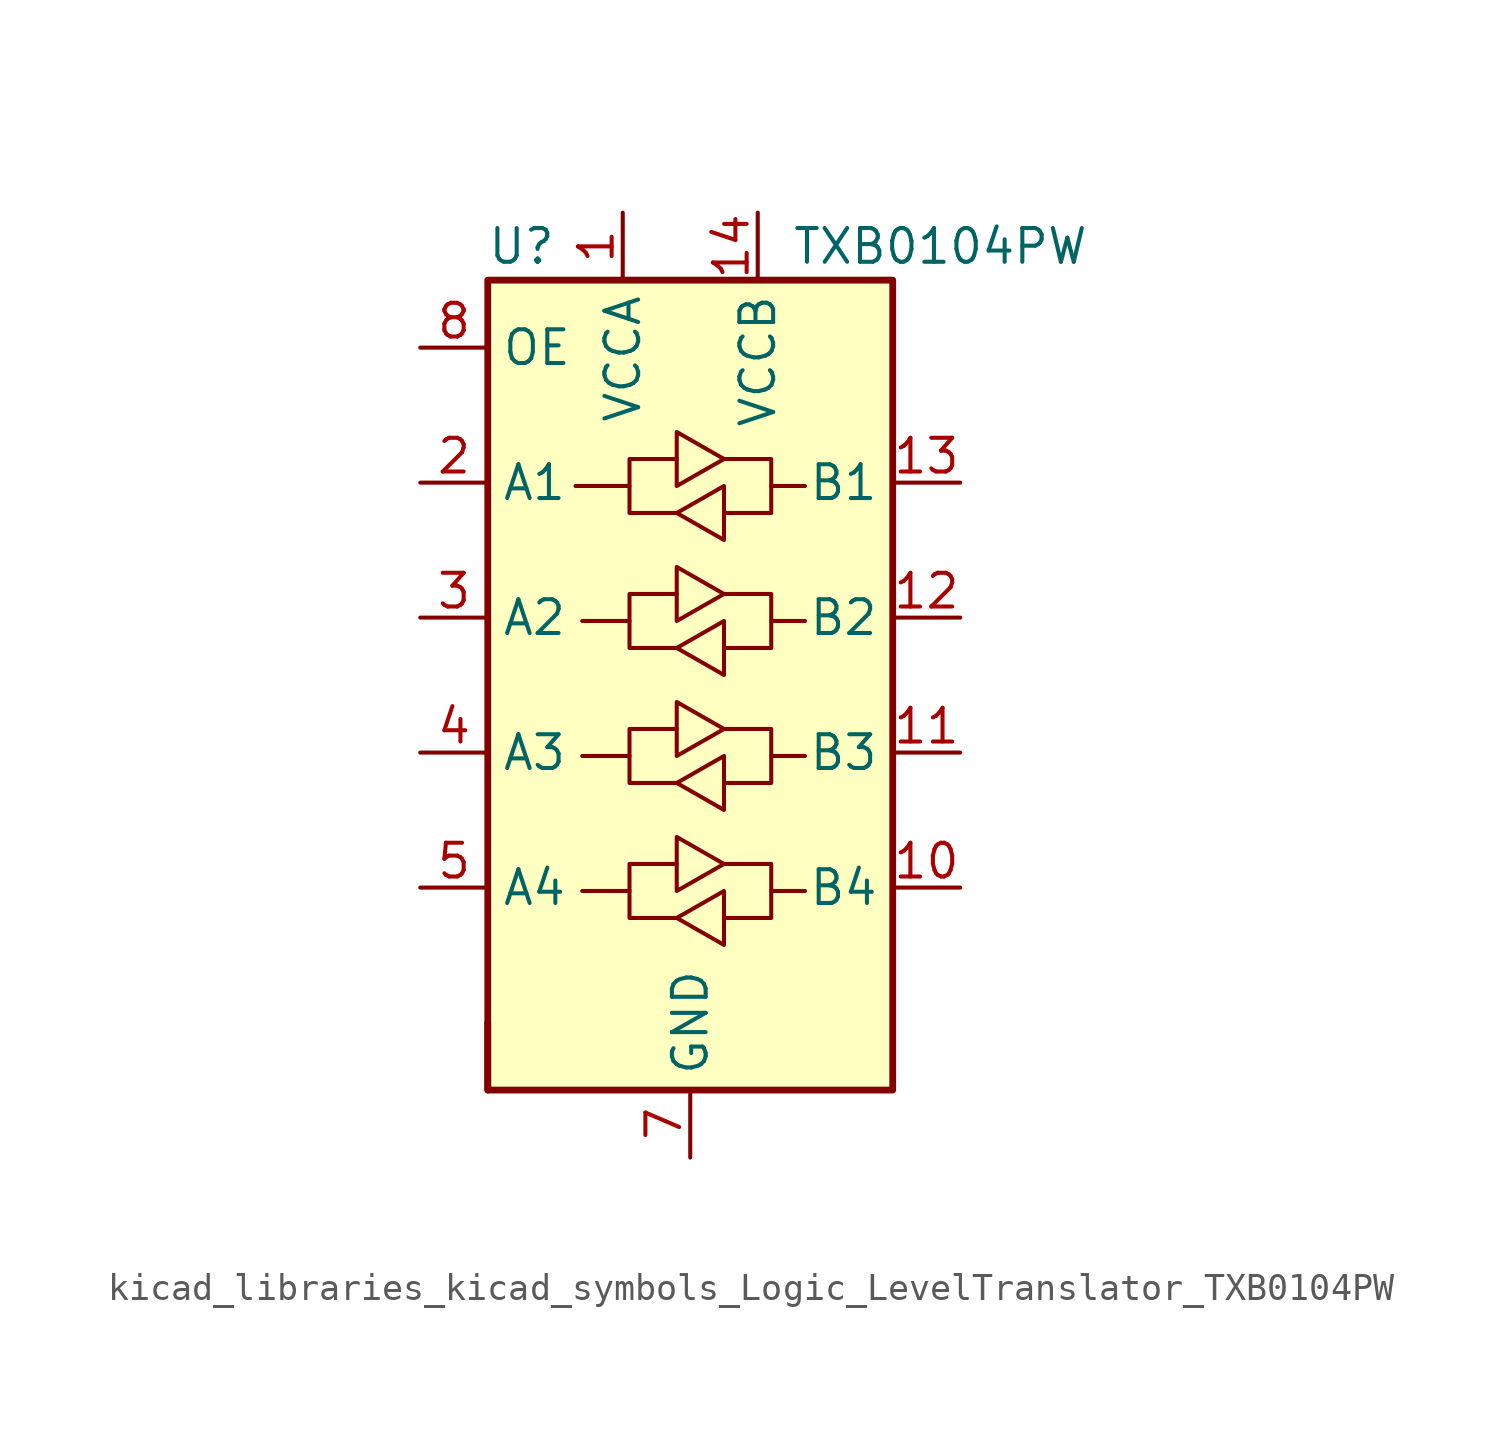
<source format=kicad_sym>
(kicad_symbol_lib
  (version 20220914)
  (generator kicad_symbol_editor)
  (symbol "kicad_libraries_kicad_symbols_Logic_LevelTranslator_TXB0104PW"
    (property "Reference" "U"
      (at -6.35 16.51 0)
      (effects (font (size 1.27 1.27))))
    (property "Value" "TXB0104PW"
      (at 3.81 16.51 0)
      (effects (font (size 1.27 1.27)) (justify left)))
    (symbol "kicad_libraries_kicad_symbols_Logic_LevelTranslator_TXB0104PW_0_1"
      (rectangle (start -7.62 -15.24) (end -7.62 -12.7) (stroke (width 0.254) (type default)) (fill (type none)))
      (rectangle (start -7.62 15.24) (end 7.62 -15.24) (stroke (width 0.254) (type default)) (fill (type background)))
      (polyline (pts (xy -2.286 -7.747) (xy -2.286 -6.731) (xy -0.508 -6.731)) (stroke (width 0) (type default)) (fill (type none)))
      (polyline (pts (xy -2.286 -2.667) (xy -2.286 -1.651) (xy -0.508 -1.651)) (stroke (width 0) (type default)) (fill (type none)))
      (polyline (pts (xy -2.286 2.413) (xy -2.286 3.429) (xy -0.508 3.429)) (stroke (width 0) (type default)) (fill (type none)))
      (polyline (pts (xy -2.286 7.493) (xy -2.286 8.509) (xy -0.508 8.509)) (stroke (width 0) (type default)) (fill (type none)))
      (polyline (pts (xy 3.048 -7.747) (xy 3.048 -8.763) (xy 1.27 -8.763)) (stroke (width 0) (type default)) (fill (type none)))
      (polyline (pts (xy 3.048 -2.667) (xy 3.048 -3.683) (xy 1.27 -3.683)) (stroke (width 0) (type default)) (fill (type none)))
      (polyline (pts (xy 3.048 2.413) (xy 3.048 1.397) (xy 1.27 1.397)) (stroke (width 0) (type default)) (fill (type none)))
      (polyline (pts (xy 3.048 7.493) (xy 3.048 6.477) (xy 1.27 6.477)) (stroke (width 0) (type default)) (fill (type none)))
      (polyline (pts (xy -0.508 -8.763) (xy -2.286 -8.763) (xy -2.286 -7.747) (xy -4.064 -7.747)) (stroke (width 0) (type default)) (fill (type none)))
      (polyline (pts (xy -0.508 -8.763) (xy 1.27 -7.747) (xy 1.27 -9.779) (xy -0.508 -8.763)) (stroke (width 0) (type default)) (fill (type none)))
      (polyline (pts (xy -0.508 -3.683) (xy -2.286 -3.683) (xy -2.286 -2.667) (xy -4.064 -2.667)) (stroke (width 0) (type default)) (fill (type none)))
      (polyline (pts (xy -0.508 -3.683) (xy 1.27 -2.667) (xy 1.27 -4.699) (xy -0.508 -3.683)) (stroke (width 0) (type default)) (fill (type none)))
      (polyline (pts (xy -0.508 1.397) (xy -2.286 1.397) (xy -2.286 2.413) (xy -4.064 2.413)) (stroke (width 0) (type default)) (fill (type none)))
      (polyline (pts (xy -0.508 1.397) (xy 1.27 2.413) (xy 1.27 0.381) (xy -0.508 1.397)) (stroke (width 0) (type default)) (fill (type none)))
      (polyline (pts (xy -0.508 6.477) (xy -2.286 6.477) (xy -2.286 7.493) (xy -4.318 7.493)) (stroke (width 0) (type default)) (fill (type none)))
      (polyline (pts (xy -0.508 6.477) (xy 1.27 7.493) (xy 1.27 5.461) (xy -0.508 6.477)) (stroke (width 0) (type default)) (fill (type none)))
      (polyline (pts (xy 1.27 -6.731) (xy -0.508 -7.747) (xy -0.508 -5.715) (xy 1.27 -6.731)) (stroke (width 0) (type default)) (fill (type none)))
      (polyline (pts (xy 1.27 -6.731) (xy 3.048 -6.731) (xy 3.048 -7.747) (xy 4.318 -7.747)) (stroke (width 0) (type default)) (fill (type none)))
      (polyline (pts (xy 1.27 -1.651) (xy -0.508 -2.667) (xy -0.508 -0.635) (xy 1.27 -1.651)) (stroke (width 0) (type default)) (fill (type none)))
      (polyline (pts (xy 1.27 -1.651) (xy 3.048 -1.651) (xy 3.048 -2.667) (xy 4.318 -2.667)) (stroke (width 0) (type default)) (fill (type none)))
      (polyline (pts (xy 1.27 3.429) (xy -0.508 2.413) (xy -0.508 4.445) (xy 1.27 3.429)) (stroke (width 0) (type default)) (fill (type none)))
      (polyline (pts (xy 1.27 3.429) (xy 3.048 3.429) (xy 3.048 2.413) (xy 4.318 2.413)) (stroke (width 0) (type default)) (fill (type none)))
      (polyline (pts (xy 1.27 8.509) (xy -0.508 7.493) (xy -0.508 9.525) (xy 1.27 8.509)) (stroke (width 0) (type default)) (fill (type none)))
      (polyline (pts (xy 1.27 8.509) (xy 3.048 8.509) (xy 3.048 7.493) (xy 4.318 7.493)) (stroke (width 0) (type default)) (fill (type none))))
    (symbol "kicad_libraries_kicad_symbols_Logic_LevelTranslator_TXB0104PW_1_1"
      (pin power_in line (at -2.54 17.78 270) (length 2.54) (name "VCCA" (effects (font (size 1.27 1.27)))) (number "1" (effects (font (size 1.27 1.27)))))
      (pin bidirectional line (at 10.16 -7.62 180) (length 2.54) (name "B4" (effects (font (size 1.27 1.27)))) (number "10" (effects (font (size 1.27 1.27)))))
      (pin bidirectional line (at 10.16 -2.54 180) (length 2.54) (name "B3" (effects (font (size 1.27 1.27)))) (number "11" (effects (font (size 1.27 1.27)))))
      (pin bidirectional line (at 10.16 2.54 180) (length 2.54) (name "B2" (effects (font (size 1.27 1.27)))) (number "12" (effects (font (size 1.27 1.27)))))
      (pin bidirectional line (at 10.16 7.62 180) (length 2.54) (name "B1" (effects (font (size 1.27 1.27)))) (number "13" (effects (font (size 1.27 1.27)))))
      (pin power_in line (at 2.54 17.78 270) (length 2.54) (name "VCCB" (effects (font (size 1.27 1.27)))) (number "14" (effects (font (size 1.27 1.27)))))
      (pin bidirectional line (at -10.16 7.62 0) (length 2.54) (name "A1" (effects (font (size 1.27 1.27)))) (number "2" (effects (font (size 1.27 1.27)))))
      (pin bidirectional line (at -10.16 2.54 0) (length 2.54) (name "A2" (effects (font (size 1.27 1.27)))) (number "3" (effects (font (size 1.27 1.27)))))
      (pin bidirectional line (at -10.16 -2.54 0) (length 2.54) (name "A3" (effects (font (size 1.27 1.27)))) (number "4" (effects (font (size 1.27 1.27)))))
      (pin bidirectional line (at -10.16 -7.62 0) (length 2.54) (name "A4" (effects (font (size 1.27 1.27)))) (number "5" (effects (font (size 1.27 1.27)))))
      (pin no_connect line (at -7.62 -12.7 0) (length 2.54) hide (name "NC" (effects (font (size 1.27 1.27)))) (number "6" (effects (font (size 1.27 1.27)))))
      (pin power_in line (at 0 -17.78 90) (length 2.54) (name "GND" (effects (font (size 1.27 1.27)))) (number "7" (effects (font (size 1.27 1.27)))))
      (pin input line (at -10.16 12.7 0) (length 2.54) (name "OE" (effects (font (size 1.27 1.27)))) (number "8" (effects (font (size 1.27 1.27)))))
      (pin no_connect line (at 7.62 -12.7 180) (length 2.54) hide (name "NC" (effects (font (size 1.27 1.27)))) (number "9" (effects (font (size 1.27 1.27))))))))
</source>
